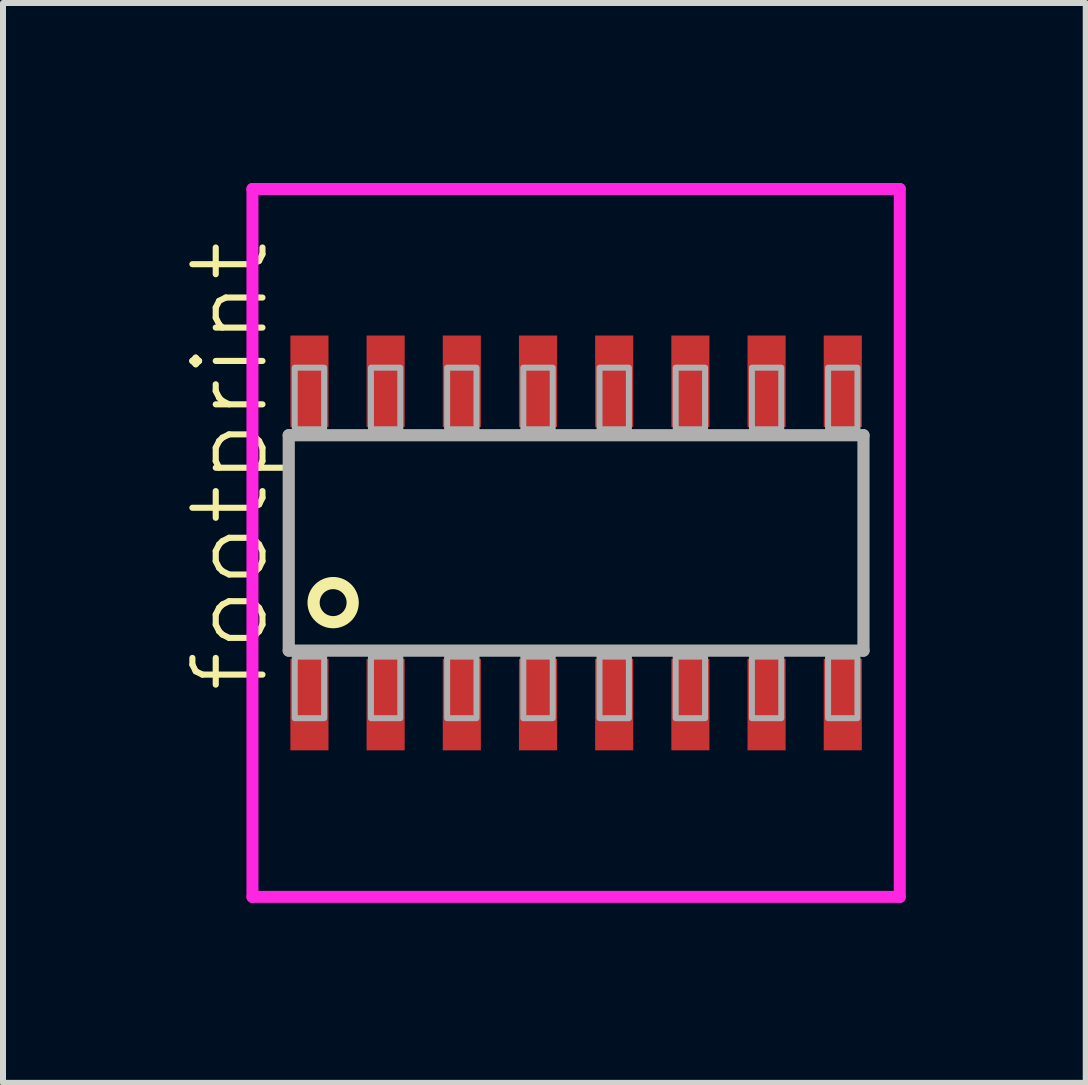
<source format=kicad_pcb>
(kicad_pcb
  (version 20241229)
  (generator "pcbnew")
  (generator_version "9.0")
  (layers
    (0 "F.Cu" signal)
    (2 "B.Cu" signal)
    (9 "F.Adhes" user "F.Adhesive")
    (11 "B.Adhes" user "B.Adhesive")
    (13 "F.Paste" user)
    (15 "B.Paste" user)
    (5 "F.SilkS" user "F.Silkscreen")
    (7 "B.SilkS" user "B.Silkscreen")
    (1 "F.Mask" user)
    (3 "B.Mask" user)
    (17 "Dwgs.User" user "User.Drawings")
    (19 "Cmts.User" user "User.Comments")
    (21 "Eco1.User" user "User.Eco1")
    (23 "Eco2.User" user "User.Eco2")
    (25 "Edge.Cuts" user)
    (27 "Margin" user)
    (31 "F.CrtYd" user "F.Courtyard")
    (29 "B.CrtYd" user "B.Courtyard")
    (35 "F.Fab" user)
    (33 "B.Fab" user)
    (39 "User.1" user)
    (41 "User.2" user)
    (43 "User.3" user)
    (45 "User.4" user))
  (footprint "footprint"
    (layer "F.Cu")
    (at 6.553 6)
    (property "Reference" "footprint" (at -5.08 2.54 90) (layer "F.SilkS") (effects (font (size 1.168 1.168) (thickness 0.102)) (justify left bottom)))
    (fp_circle (center -4.05 0.995) (end -3.724 0.995) (stroke (width 0.203) (type solid)) (fill no) (layer "F.SilkS"))
    (fp_line (start -5.395 -5.9) (end 5.395 -5.9) (stroke (width 0.2) (type solid)) (layer "F.CrtYd"))
    (fp_line (start -5.395 5.9) (end -5.395 -5.9) (stroke (width 0.2) (type solid)) (layer "F.CrtYd"))
    (fp_line (start 5.395 -5.9) (end 5.395 5.9) (stroke (width 0.2) (type solid)) (layer "F.CrtYd"))
    (fp_line (start 5.395 5.9) (end -5.395 5.9) (stroke (width 0.2) (type solid)) (layer "F.CrtYd"))
    (fp_line (start -4.79 -1.795) (end 4.79 -1.795) (stroke (width 0.203) (type solid)) (layer "F.Fab"))
    (fp_line (start -4.79 1.795) (end -4.79 -1.795) (stroke (width 0.203) (type solid)) (layer "F.Fab"))
    (fp_line (start 4.79 -1.795) (end 4.79 1.795) (stroke (width 0.203) (type solid)) (layer "F.Fab"))
    (fp_line (start 4.79 1.795) (end -4.79 1.795) (stroke (width 0.203) (type solid)) (layer "F.Fab"))
    (fp_poly (pts (xy -4.69 -1.895) (xy -4.2 -1.895) (xy -4.2 -2.921) (xy -4.69 -2.921)) (stroke (width 0.1) (type solid)) (fill no) (layer "F.Fab"))
    (fp_poly (pts (xy -4.69 2.921) (xy -4.2 2.921) (xy -4.2 1.895) (xy -4.69 1.895)) (stroke (width 0.1) (type solid)) (fill no) (layer "F.Fab"))
    (fp_poly (pts (xy -3.42 -1.895) (xy -2.93 -1.895) (xy -2.93 -2.921) (xy -3.42 -2.921)) (stroke (width 0.1) (type solid)) (fill no) (layer "F.Fab"))
    (fp_poly (pts (xy -3.42 2.921) (xy -2.93 2.921) (xy -2.93 1.895) (xy -3.42 1.895)) (stroke (width 0.1) (type solid)) (fill no) (layer "F.Fab"))
    (fp_poly (pts (xy -2.15 -1.895) (xy -1.66 -1.895) (xy -1.66 -2.921) (xy -2.15 -2.921)) (stroke (width 0.1) (type solid)) (fill no) (layer "F.Fab"))
    (fp_poly (pts (xy -2.15 2.921) (xy -1.66 2.921) (xy -1.66 1.895) (xy -2.15 1.895)) (stroke (width 0.1) (type solid)) (fill no) (layer "F.Fab"))
    (fp_poly (pts (xy -0.88 -1.895) (xy -0.39 -1.895) (xy -0.39 -2.921) (xy -0.88 -2.921)) (stroke (width 0.1) (type solid)) (fill no) (layer "F.Fab"))
    (fp_poly (pts (xy -0.88 2.921) (xy -0.39 2.921) (xy -0.39 1.895) (xy -0.88 1.895)) (stroke (width 0.1) (type solid)) (fill no) (layer "F.Fab"))
    (fp_poly (pts (xy 0.39 -1.895) (xy 0.88 -1.895) (xy 0.88 -2.921) (xy 0.39 -2.921)) (stroke (width 0.1) (type solid)) (fill no) (layer "F.Fab"))
    (fp_poly (pts (xy 0.39 2.921) (xy 0.88 2.921) (xy 0.88 1.895) (xy 0.39 1.895)) (stroke (width 0.1) (type solid)) (fill no) (layer "F.Fab"))
    (fp_poly (pts (xy 1.66 -1.895) (xy 2.15 -1.895) (xy 2.15 -2.921) (xy 1.66 -2.921)) (stroke (width 0.1) (type solid)) (fill no) (layer "F.Fab"))
    (fp_poly (pts (xy 1.66 2.921) (xy 2.15 2.921) (xy 2.15 1.895) (xy 1.66 1.895)) (stroke (width 0.1) (type solid)) (fill no) (layer "F.Fab"))
    (fp_poly (pts (xy 2.93 -1.895) (xy 3.42 -1.895) (xy 3.42 -2.921) (xy 2.93 -2.921)) (stroke (width 0.1) (type solid)) (fill no) (layer "F.Fab"))
    (fp_poly (pts (xy 2.93 2.921) (xy 3.42 2.921) (xy 3.42 1.895) (xy 2.93 1.895)) (stroke (width 0.1) (type solid)) (fill no) (layer "F.Fab"))
    (fp_poly (pts (xy 4.2 -1.895) (xy 4.69 -1.895) (xy 4.69 -2.921) (xy 4.2 -2.921)) (stroke (width 0.1) (type solid)) (fill no) (layer "F.Fab"))
    (fp_poly (pts (xy 4.2 2.921) (xy 4.69 2.921) (xy 4.69 1.895) (xy 4.2 1.895)) (stroke (width 0.1) (type solid)) (fill no) (layer "F.Fab"))
    (pad "1" smd rect (at -4.445 2.695) (size 0.635 1.524) (layers "F.Cu" "F.Mask" "F.Paste"))
    (pad "2" smd rect (at -3.175 2.695) (size 0.635 1.524) (layers "F.Cu" "F.Mask" "F.Paste"))
    (pad "3" smd rect (at -1.905 2.695) (size 0.635 1.524) (layers "F.Cu" "F.Mask" "F.Paste"))
    (pad "4" smd rect (at -0.635 2.695) (size 0.635 1.524) (layers "F.Cu" "F.Mask" "F.Paste"))
    (pad "5" smd rect (at 0.635 2.695) (size 0.635 1.524) (layers "F.Cu" "F.Mask" "F.Paste"))
    (pad "6" smd rect (at 1.905 2.695) (size 0.635 1.524) (layers "F.Cu" "F.Mask" "F.Paste"))
    (pad "7" smd rect (at 3.175 2.695) (size 0.635 1.524) (layers "F.Cu" "F.Mask" "F.Paste"))
    (pad "8" smd rect (at 4.445 2.695) (size 0.635 1.524) (layers "F.Cu" "F.Mask" "F.Paste"))
    (pad "9" smd rect (at 4.445 -2.695) (size 0.635 1.524) (layers "F.Cu" "F.Mask" "F.Paste"))
    (pad "10" smd rect (at 3.175 -2.695) (size 0.635 1.524) (layers "F.Cu" "F.Mask" "F.Paste"))
    (pad "11" smd rect (at 1.905 -2.695) (size 0.635 1.524) (layers "F.Cu" "F.Mask" "F.Paste"))
    (pad "12" smd rect (at 0.635 -2.695) (size 0.635 1.524) (layers "F.Cu" "F.Mask" "F.Paste"))
    (pad "13" smd rect (at -0.635 -2.695) (size 0.635 1.524) (layers "F.Cu" "F.Mask" "F.Paste"))
    (pad "14" smd rect (at -1.905 -2.695) (size 0.635 1.524) (layers "F.Cu" "F.Mask" "F.Paste"))
    (pad "15" smd rect (at -3.175 -2.695) (size 0.635 1.524) (layers "F.Cu" "F.Mask" "F.Paste"))
    (pad "16" smd rect (at -4.445 -2.695) (size 0.635 1.524) (layers "F.Cu" "F.Mask" "F.Paste")))
  (gr_rect
    (start -3 -3)
    (end 15.048 15)
    (stroke (width 0.1) (type default))
    (fill no)
    (layer "Edge.Cuts")))
</source>
